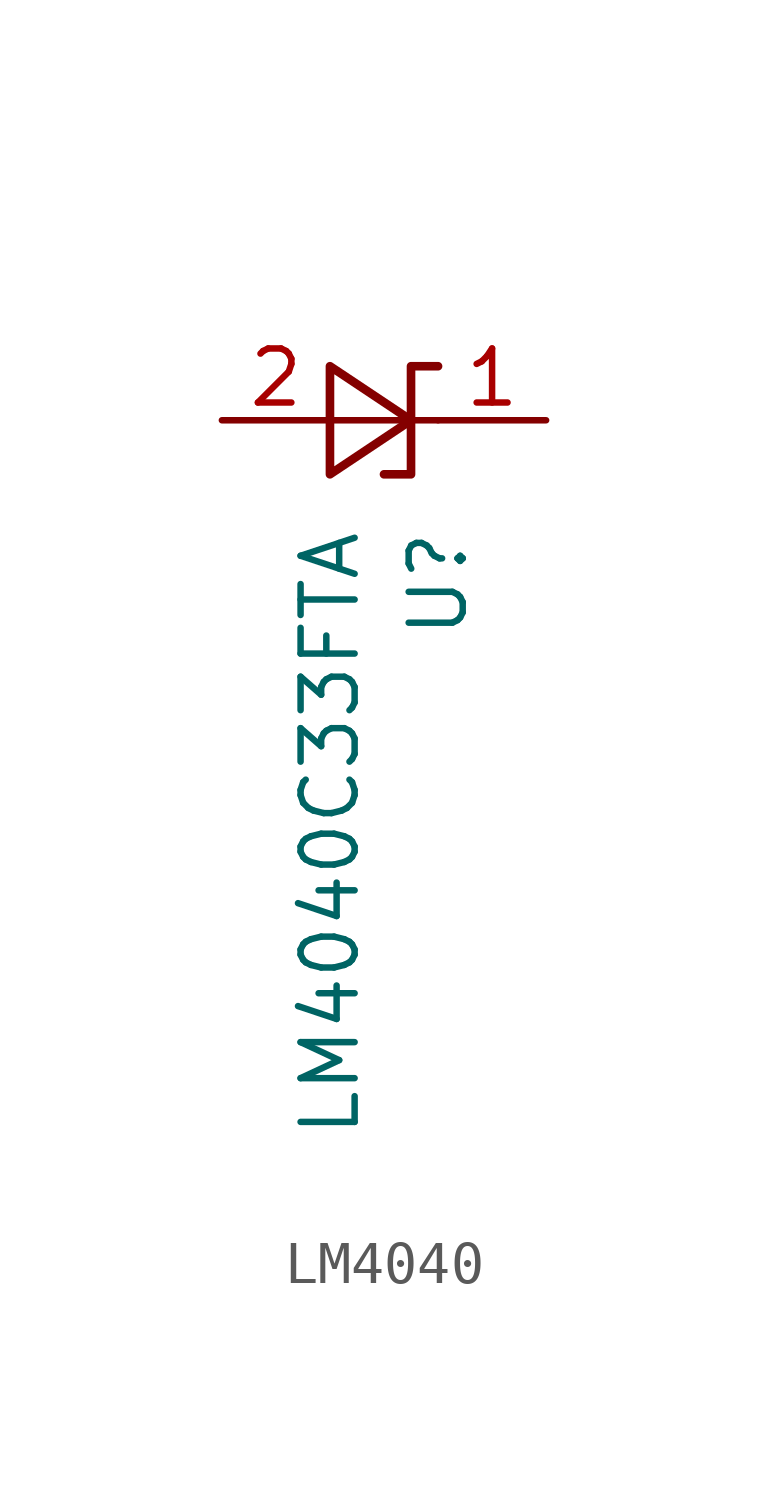
<source format=kicad_sym>
(kicad_symbol_lib
  (version 20220914)
  (generator kicad_symbol_editor)
  (symbol "LM4040"
    (pin_names
      (offset 0.025) hide)
    (property "Reference" "U"
      (at 1.27 -2.54 90)
      (effects (font (size 1.27 1.27)) (justify right)))
    (property "Value" "LM4040C33FTA"
      (at -1.27 -2.54 90)
      (effects (font (size 1.27 1.27)) (justify right)))
    (symbol "LM4040_0_1"
      (polyline (pts (xy -1.27 0) (xy 0 0) (xy 1.27 0)) (stroke (width 0) (type default)) (fill (type none)))
      (polyline (pts (xy -1.27 -1.27) (xy 0.635 0) (xy -1.27 1.27) (xy -1.27 -1.27)) (stroke (width 0.203) (type default)) (fill (type none)))
      (polyline (pts (xy 0 -1.27) (xy 0.635 -1.27) (xy 0.635 1.27) (xy 1.27 1.27)) (stroke (width 0.203) (type default)) (fill (type none))))
    (symbol "LM4040_1_1"
      (pin passive line (at 3.81 0 180) (length 2.54) (name "K" (effects (font (size 1.27 1.27)))) (number "1" (effects (font (size 1.27 1.27)))))
      (pin passive line (at -3.81 0 0) (length 2.54) (name "A" (effects (font (size 1.27 1.27)))) (number "2" (effects (font (size 1.27 1.27)))))
      (pin no_connect line (at 0 3.81 270) (length 2.54) hide (name "NC" (effects (font (size 1.27 1.27)))) (number "3" (effects (font (size 1.27 1.27))))))))
</source>
